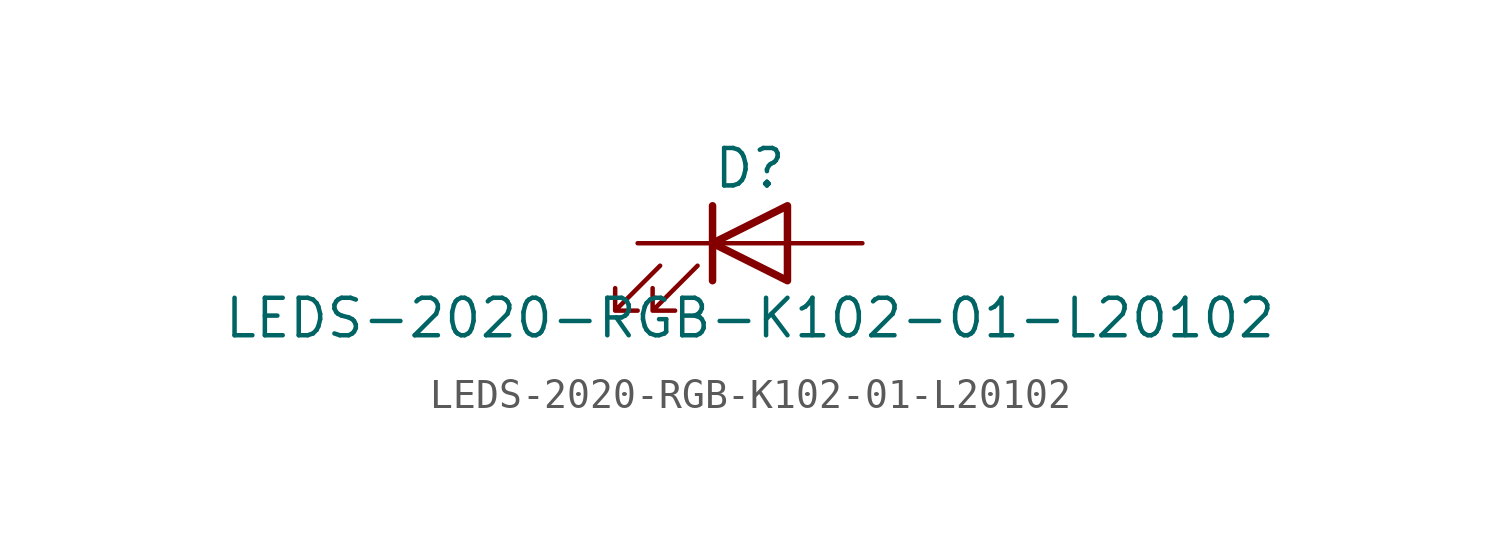
<source format=kicad_sym>
(kicad_symbol_lib
  (version 20211014)
  (generator kicad_symbol_editor)
  (symbol "LEDS-2020-RGB-K102-01-L20102"
    (pin_numbers hide)
    (pin_names
      (offset 1.016) hide)
    (property "Reference" "D"
      (at 0 2.54 0)
      (effects (font (size 1.27 1.27))))
    (property "Value" "LEDS-2020-RGB-K102-01-L20102"
      (at 0 -2.54 0)
      (effects (font (size 1.27 1.27))))
    (symbol "LEDS-2020-RGB-K102-01-L20102_0_1"
      (polyline (pts (xy -1.27 -1.27) (xy -1.27 1.27)) (stroke (width 0.254) (type default) (color 0 0 0 0)) (fill (type none)))
      (polyline (pts (xy -1.27 0) (xy 1.27 0)) (stroke (width 0) (type default) (color 0 0 0 0)) (fill (type none)))
      (polyline (pts (xy 1.27 -1.27) (xy 1.27 1.27) (xy -1.27 0) (xy 1.27 -1.27)) (stroke (width 0.254) (type default) (color 0 0 0 0)) (fill (type none)))
      (polyline (pts (xy -3.048 -0.762) (xy -4.572 -2.286) (xy -3.81 -2.286) (xy -4.572 -2.286) (xy -4.572 -1.524)) (stroke (width 0) (type default) (color 0 0 0 0)) (fill (type none)))
      (polyline (pts (xy -1.778 -0.762) (xy -3.302 -2.286) (xy -2.54 -2.286) (xy -3.302 -2.286) (xy -3.302 -1.524)) (stroke (width 0) (type default) (color 0 0 0 0)) (fill (type none))))
    (symbol "LEDS-2020-RGB-K102-01-L20102_1_1"
      (pin passive line (at -3.81 0 0) (length 2.54) (name "K" (effects (font (size 1.27 1.27)))) (number "1" (effects (font (size 1.27 1.27)))))
      (pin passive line (at 3.81 0 180) (length 2.54) (name "A" (effects (font (size 1.27 1.27)))) (number "2" (effects (font (size 1.27 1.27))))))))
</source>
